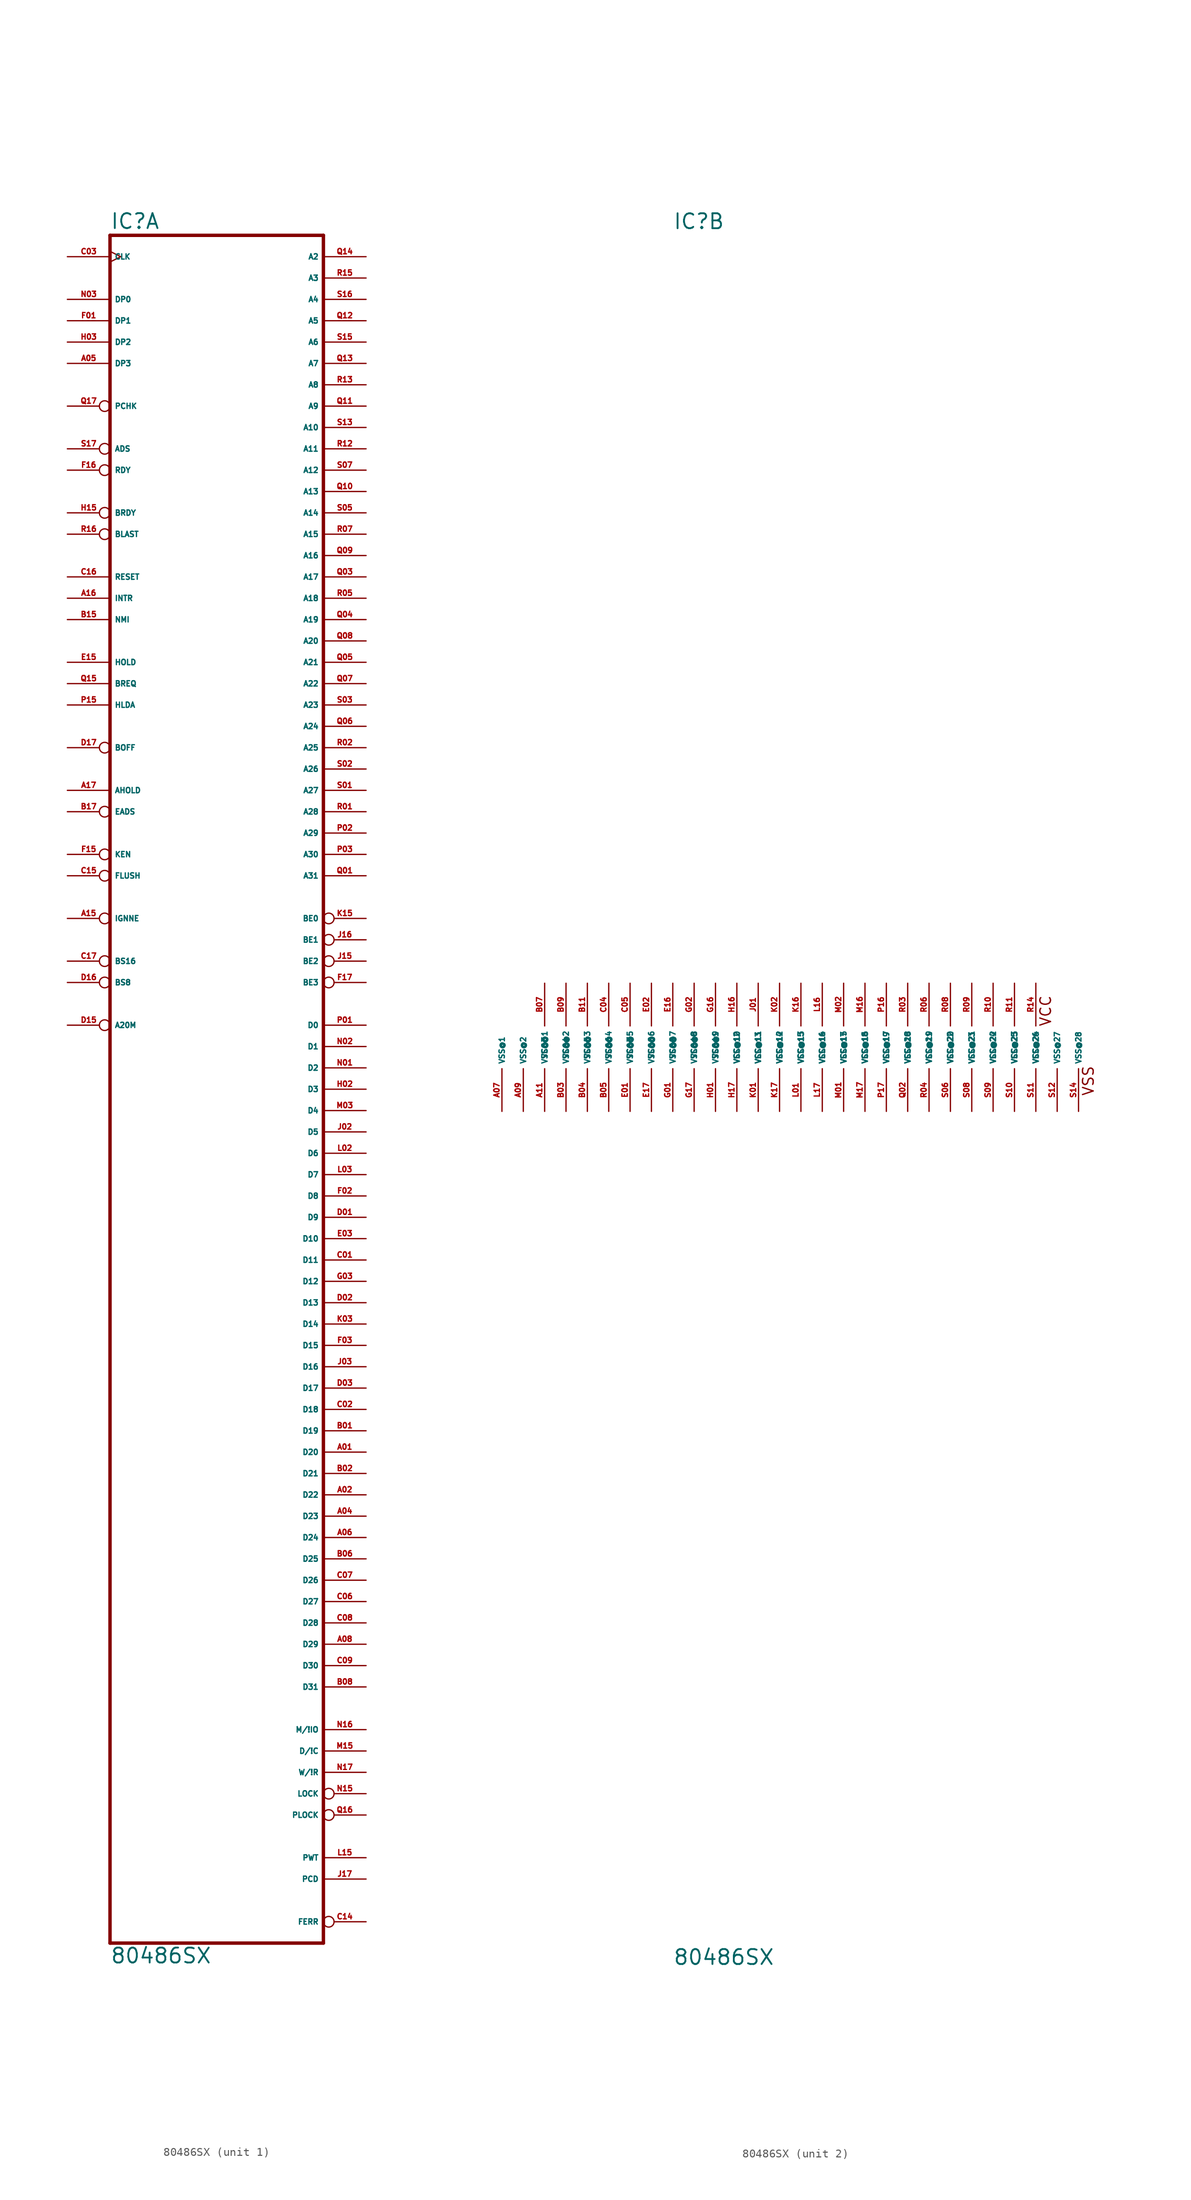
<source format=kicad_sym>
(kicad_symbol_lib
  (version 20220914)
  (generator Eagle2Kicad)
  (symbol "80486SX"
    (property "Reference" "IC"
      (at -12.7 97.155 0)
      (effects (font (size 1.778 1.778) (thickness 0.22)) (justify left bottom)))
    (property "Value" "80486SX"
      (at -12.7 -109.22 0)
      (effects (font (size 1.778 1.778) (thickness 0.22)) (justify left bottom)))
    (symbol "80486SX_1_0"
      (polyline (pts (xy -12.7 -106.68) (xy 12.7 -106.68)) (stroke (width 0.406) (type default)) (fill (type none)))
      (polyline (pts (xy 12.7 96.52) (xy 12.7 -106.68)) (stroke (width 0.406) (type default)) (fill (type none)))
      (polyline (pts (xy 12.7 96.52) (xy -12.7 96.52)) (stroke (width 0.406) (type default)) (fill (type none)))
      (polyline (pts (xy -12.7 -106.68) (xy -12.7 96.52)) (stroke (width 0.406) (type default)) (fill (type none)))
      (pin input clock (at -17.78 93.98 0) (length 5.08) (name "CLK" (effects (font (size 0.635 0.635) (thickness 0.08)) (justify left bottom))) (number "C03" (effects (font (size 0.635 0.635) (thickness 0.08)) (justify left bottom))))
      (pin output line (at 17.78 93.98 180) (length 5.08) (name "A2" (effects (font (size 0.635 0.635) (thickness 0.08)) (justify left bottom))) (number "Q14" (effects (font (size 0.635 0.635) (thickness 0.08)) (justify left bottom))))
      (pin output line (at 17.78 91.44 180) (length 5.08) (name "A3" (effects (font (size 0.635 0.635) (thickness 0.08)) (justify left bottom))) (number "R15" (effects (font (size 0.635 0.635) (thickness 0.08)) (justify left bottom))))
      (pin bidirectional line (at 17.78 88.9 180) (length 5.08) (name "A4" (effects (font (size 0.635 0.635) (thickness 0.08)) (justify left bottom))) (number "S16" (effects (font (size 0.635 0.635) (thickness 0.08)) (justify left bottom))))
      (pin bidirectional line (at 17.78 86.36 180) (length 5.08) (name "A5" (effects (font (size 0.635 0.635) (thickness 0.08)) (justify left bottom))) (number "Q12" (effects (font (size 0.635 0.635) (thickness 0.08)) (justify left bottom))))
      (pin bidirectional line (at 17.78 83.82 180) (length 5.08) (name "A6" (effects (font (size 0.635 0.635) (thickness 0.08)) (justify left bottom))) (number "S15" (effects (font (size 0.635 0.635) (thickness 0.08)) (justify left bottom))))
      (pin bidirectional line (at 17.78 81.28 180) (length 5.08) (name "A7" (effects (font (size 0.635 0.635) (thickness 0.08)) (justify left bottom))) (number "Q13" (effects (font (size 0.635 0.635) (thickness 0.08)) (justify left bottom))))
      (pin bidirectional line (at 17.78 78.74 180) (length 5.08) (name "A8" (effects (font (size 0.635 0.635) (thickness 0.08)) (justify left bottom))) (number "R13" (effects (font (size 0.635 0.635) (thickness 0.08)) (justify left bottom))))
      (pin bidirectional line (at 17.78 76.2 180) (length 5.08) (name "A9" (effects (font (size 0.635 0.635) (thickness 0.08)) (justify left bottom))) (number "Q11" (effects (font (size 0.635 0.635) (thickness 0.08)) (justify left bottom))))
      (pin bidirectional line (at 17.78 73.66 180) (length 5.08) (name "A10" (effects (font (size 0.635 0.635) (thickness 0.08)) (justify left bottom))) (number "S13" (effects (font (size 0.635 0.635) (thickness 0.08)) (justify left bottom))))
      (pin bidirectional line (at 17.78 71.12 180) (length 5.08) (name "A11" (effects (font (size 0.635 0.635) (thickness 0.08)) (justify left bottom))) (number "R12" (effects (font (size 0.635 0.635) (thickness 0.08)) (justify left bottom))))
      (pin bidirectional line (at 17.78 68.58 180) (length 5.08) (name "A12" (effects (font (size 0.635 0.635) (thickness 0.08)) (justify left bottom))) (number "S07" (effects (font (size 0.635 0.635) (thickness 0.08)) (justify left bottom))))
      (pin bidirectional line (at 17.78 66.04 180) (length 5.08) (name "A13" (effects (font (size 0.635 0.635) (thickness 0.08)) (justify left bottom))) (number "Q10" (effects (font (size 0.635 0.635) (thickness 0.08)) (justify left bottom))))
      (pin bidirectional line (at 17.78 63.5 180) (length 5.08) (name "A14" (effects (font (size 0.635 0.635) (thickness 0.08)) (justify left bottom))) (number "S05" (effects (font (size 0.635 0.635) (thickness 0.08)) (justify left bottom))))
      (pin bidirectional line (at 17.78 60.96 180) (length 5.08) (name "A15" (effects (font (size 0.635 0.635) (thickness 0.08)) (justify left bottom))) (number "R07" (effects (font (size 0.635 0.635) (thickness 0.08)) (justify left bottom))))
      (pin bidirectional line (at 17.78 58.42 180) (length 5.08) (name "A16" (effects (font (size 0.635 0.635) (thickness 0.08)) (justify left bottom))) (number "Q09" (effects (font (size 0.635 0.635) (thickness 0.08)) (justify left bottom))))
      (pin bidirectional line (at 17.78 55.88 180) (length 5.08) (name "A17" (effects (font (size 0.635 0.635) (thickness 0.08)) (justify left bottom))) (number "Q03" (effects (font (size 0.635 0.635) (thickness 0.08)) (justify left bottom))))
      (pin bidirectional line (at 17.78 53.34 180) (length 5.08) (name "A18" (effects (font (size 0.635 0.635) (thickness 0.08)) (justify left bottom))) (number "R05" (effects (font (size 0.635 0.635) (thickness 0.08)) (justify left bottom))))
      (pin bidirectional line (at 17.78 50.8 180) (length 5.08) (name "A19" (effects (font (size 0.635 0.635) (thickness 0.08)) (justify left bottom))) (number "Q04" (effects (font (size 0.635 0.635) (thickness 0.08)) (justify left bottom))))
      (pin bidirectional line (at 17.78 48.26 180) (length 5.08) (name "A20" (effects (font (size 0.635 0.635) (thickness 0.08)) (justify left bottom))) (number "Q08" (effects (font (size 0.635 0.635) (thickness 0.08)) (justify left bottom))))
      (pin bidirectional line (at 17.78 45.72 180) (length 5.08) (name "A21" (effects (font (size 0.635 0.635) (thickness 0.08)) (justify left bottom))) (number "Q05" (effects (font (size 0.635 0.635) (thickness 0.08)) (justify left bottom))))
      (pin bidirectional line (at 17.78 43.18 180) (length 5.08) (name "A22" (effects (font (size 0.635 0.635) (thickness 0.08)) (justify left bottom))) (number "Q07" (effects (font (size 0.635 0.635) (thickness 0.08)) (justify left bottom))))
      (pin bidirectional line (at 17.78 40.64 180) (length 5.08) (name "A23" (effects (font (size 0.635 0.635) (thickness 0.08)) (justify left bottom))) (number "S03" (effects (font (size 0.635 0.635) (thickness 0.08)) (justify left bottom))))
      (pin bidirectional line (at 17.78 38.1 180) (length 5.08) (name "A24" (effects (font (size 0.635 0.635) (thickness 0.08)) (justify left bottom))) (number "Q06" (effects (font (size 0.635 0.635) (thickness 0.08)) (justify left bottom))))
      (pin bidirectional line (at 17.78 35.56 180) (length 5.08) (name "A25" (effects (font (size 0.635 0.635) (thickness 0.08)) (justify left bottom))) (number "R02" (effects (font (size 0.635 0.635) (thickness 0.08)) (justify left bottom))))
      (pin bidirectional line (at 17.78 33.02 180) (length 5.08) (name "A26" (effects (font (size 0.635 0.635) (thickness 0.08)) (justify left bottom))) (number "S02" (effects (font (size 0.635 0.635) (thickness 0.08)) (justify left bottom))))
      (pin bidirectional line (at 17.78 30.48 180) (length 5.08) (name "A27" (effects (font (size 0.635 0.635) (thickness 0.08)) (justify left bottom))) (number "S01" (effects (font (size 0.635 0.635) (thickness 0.08)) (justify left bottom))))
      (pin bidirectional line (at 17.78 27.94 180) (length 5.08) (name "A28" (effects (font (size 0.635 0.635) (thickness 0.08)) (justify left bottom))) (number "R01" (effects (font (size 0.635 0.635) (thickness 0.08)) (justify left bottom))))
      (pin bidirectional line (at 17.78 25.4 180) (length 5.08) (name "A29" (effects (font (size 0.635 0.635) (thickness 0.08)) (justify left bottom))) (number "P02" (effects (font (size 0.635 0.635) (thickness 0.08)) (justify left bottom))))
      (pin bidirectional line (at 17.78 22.86 180) (length 5.08) (name "A30" (effects (font (size 0.635 0.635) (thickness 0.08)) (justify left bottom))) (number "P03" (effects (font (size 0.635 0.635) (thickness 0.08)) (justify left bottom))))
      (pin bidirectional line (at 17.78 20.32 180) (length 5.08) (name "A31" (effects (font (size 0.635 0.635) (thickness 0.08)) (justify left bottom))) (number "Q01" (effects (font (size 0.635 0.635) (thickness 0.08)) (justify left bottom))))
      (pin bidirectional line (at 17.78 2.54 180) (length 5.08) (name "D0" (effects (font (size 0.635 0.635) (thickness 0.08)) (justify left bottom))) (number "P01" (effects (font (size 0.635 0.635) (thickness 0.08)) (justify left bottom))))
      (pin bidirectional line (at 17.78 0 180) (length 5.08) (name "D1" (effects (font (size 0.635 0.635) (thickness 0.08)) (justify left bottom))) (number "N02" (effects (font (size 0.635 0.635) (thickness 0.08)) (justify left bottom))))
      (pin bidirectional line (at 17.78 -2.54 180) (length 5.08) (name "D2" (effects (font (size 0.635 0.635) (thickness 0.08)) (justify left bottom))) (number "N01" (effects (font (size 0.635 0.635) (thickness 0.08)) (justify left bottom))))
      (pin bidirectional line (at 17.78 -5.08 180) (length 5.08) (name "D3" (effects (font (size 0.635 0.635) (thickness 0.08)) (justify left bottom))) (number "H02" (effects (font (size 0.635 0.635) (thickness 0.08)) (justify left bottom))))
      (pin bidirectional line (at 17.78 -7.62 180) (length 5.08) (name "D4" (effects (font (size 0.635 0.635) (thickness 0.08)) (justify left bottom))) (number "M03" (effects (font (size 0.635 0.635) (thickness 0.08)) (justify left bottom))))
      (pin bidirectional line (at 17.78 -10.16 180) (length 5.08) (name "D5" (effects (font (size 0.635 0.635) (thickness 0.08)) (justify left bottom))) (number "J02" (effects (font (size 0.635 0.635) (thickness 0.08)) (justify left bottom))))
      (pin bidirectional line (at 17.78 -12.7 180) (length 5.08) (name "D6" (effects (font (size 0.635 0.635) (thickness 0.08)) (justify left bottom))) (number "L02" (effects (font (size 0.635 0.635) (thickness 0.08)) (justify left bottom))))
      (pin bidirectional line (at 17.78 -15.24 180) (length 5.08) (name "D7" (effects (font (size 0.635 0.635) (thickness 0.08)) (justify left bottom))) (number "L03" (effects (font (size 0.635 0.635) (thickness 0.08)) (justify left bottom))))
      (pin bidirectional line (at 17.78 -17.78 180) (length 5.08) (name "D8" (effects (font (size 0.635 0.635) (thickness 0.08)) (justify left bottom))) (number "F02" (effects (font (size 0.635 0.635) (thickness 0.08)) (justify left bottom))))
      (pin bidirectional line (at 17.78 -20.32 180) (length 5.08) (name "D9" (effects (font (size 0.635 0.635) (thickness 0.08)) (justify left bottom))) (number "D01" (effects (font (size 0.635 0.635) (thickness 0.08)) (justify left bottom))))
      (pin bidirectional line (at 17.78 -22.86 180) (length 5.08) (name "D10" (effects (font (size 0.635 0.635) (thickness 0.08)) (justify left bottom))) (number "E03" (effects (font (size 0.635 0.635) (thickness 0.08)) (justify left bottom))))
      (pin bidirectional line (at 17.78 -25.4 180) (length 5.08) (name "D11" (effects (font (size 0.635 0.635) (thickness 0.08)) (justify left bottom))) (number "C01" (effects (font (size 0.635 0.635) (thickness 0.08)) (justify left bottom))))
      (pin bidirectional line (at 17.78 -27.94 180) (length 5.08) (name "D12" (effects (font (size 0.635 0.635) (thickness 0.08)) (justify left bottom))) (number "G03" (effects (font (size 0.635 0.635) (thickness 0.08)) (justify left bottom))))
      (pin bidirectional line (at 17.78 -30.48 180) (length 5.08) (name "D13" (effects (font (size 0.635 0.635) (thickness 0.08)) (justify left bottom))) (number "D02" (effects (font (size 0.635 0.635) (thickness 0.08)) (justify left bottom))))
      (pin bidirectional line (at 17.78 -33.02 180) (length 5.08) (name "D14" (effects (font (size 0.635 0.635) (thickness 0.08)) (justify left bottom))) (number "K03" (effects (font (size 0.635 0.635) (thickness 0.08)) (justify left bottom))))
      (pin bidirectional line (at 17.78 -35.56 180) (length 5.08) (name "D15" (effects (font (size 0.635 0.635) (thickness 0.08)) (justify left bottom))) (number "F03" (effects (font (size 0.635 0.635) (thickness 0.08)) (justify left bottom))))
      (pin bidirectional line (at 17.78 -38.1 180) (length 5.08) (name "D16" (effects (font (size 0.635 0.635) (thickness 0.08)) (justify left bottom))) (number "J03" (effects (font (size 0.635 0.635) (thickness 0.08)) (justify left bottom))))
      (pin bidirectional line (at 17.78 -40.64 180) (length 5.08) (name "D17" (effects (font (size 0.635 0.635) (thickness 0.08)) (justify left bottom))) (number "D03" (effects (font (size 0.635 0.635) (thickness 0.08)) (justify left bottom))))
      (pin bidirectional line (at 17.78 -43.18 180) (length 5.08) (name "D18" (effects (font (size 0.635 0.635) (thickness 0.08)) (justify left bottom))) (number "C02" (effects (font (size 0.635 0.635) (thickness 0.08)) (justify left bottom))))
      (pin bidirectional line (at 17.78 -45.72 180) (length 5.08) (name "D19" (effects (font (size 0.635 0.635) (thickness 0.08)) (justify left bottom))) (number "B01" (effects (font (size 0.635 0.635) (thickness 0.08)) (justify left bottom))))
      (pin bidirectional line (at 17.78 -48.26 180) (length 5.08) (name "D20" (effects (font (size 0.635 0.635) (thickness 0.08)) (justify left bottom))) (number "A01" (effects (font (size 0.635 0.635) (thickness 0.08)) (justify left bottom))))
      (pin bidirectional line (at 17.78 -50.8 180) (length 5.08) (name "D21" (effects (font (size 0.635 0.635) (thickness 0.08)) (justify left bottom))) (number "B02" (effects (font (size 0.635 0.635) (thickness 0.08)) (justify left bottom))))
      (pin bidirectional line (at 17.78 -53.34 180) (length 5.08) (name "D22" (effects (font (size 0.635 0.635) (thickness 0.08)) (justify left bottom))) (number "A02" (effects (font (size 0.635 0.635) (thickness 0.08)) (justify left bottom))))
      (pin bidirectional line (at 17.78 -55.88 180) (length 5.08) (name "D23" (effects (font (size 0.635 0.635) (thickness 0.08)) (justify left bottom))) (number "A04" (effects (font (size 0.635 0.635) (thickness 0.08)) (justify left bottom))))
      (pin bidirectional line (at 17.78 -58.42 180) (length 5.08) (name "D24" (effects (font (size 0.635 0.635) (thickness 0.08)) (justify left bottom))) (number "A06" (effects (font (size 0.635 0.635) (thickness 0.08)) (justify left bottom))))
      (pin bidirectional line (at 17.78 -60.96 180) (length 5.08) (name "D25" (effects (font (size 0.635 0.635) (thickness 0.08)) (justify left bottom))) (number "B06" (effects (font (size 0.635 0.635) (thickness 0.08)) (justify left bottom))))
      (pin bidirectional line (at 17.78 -63.5 180) (length 5.08) (name "D26" (effects (font (size 0.635 0.635) (thickness 0.08)) (justify left bottom))) (number "C07" (effects (font (size 0.635 0.635) (thickness 0.08)) (justify left bottom))))
      (pin bidirectional line (at 17.78 -66.04 180) (length 5.08) (name "D27" (effects (font (size 0.635 0.635) (thickness 0.08)) (justify left bottom))) (number "C06" (effects (font (size 0.635 0.635) (thickness 0.08)) (justify left bottom))))
      (pin bidirectional line (at 17.78 -68.58 180) (length 5.08) (name "D28" (effects (font (size 0.635 0.635) (thickness 0.08)) (justify left bottom))) (number "C08" (effects (font (size 0.635 0.635) (thickness 0.08)) (justify left bottom))))
      (pin bidirectional line (at 17.78 -71.12 180) (length 5.08) (name "D29" (effects (font (size 0.635 0.635) (thickness 0.08)) (justify left bottom))) (number "A08" (effects (font (size 0.635 0.635) (thickness 0.08)) (justify left bottom))))
      (pin bidirectional line (at 17.78 -73.66 180) (length 5.08) (name "D30" (effects (font (size 0.635 0.635) (thickness 0.08)) (justify left bottom))) (number "C09" (effects (font (size 0.635 0.635) (thickness 0.08)) (justify left bottom))))
      (pin bidirectional line (at 17.78 -76.2 180) (length 5.08) (name "D31" (effects (font (size 0.635 0.635) (thickness 0.08)) (justify left bottom))) (number "B08" (effects (font (size 0.635 0.635) (thickness 0.08)) (justify left bottom))))
      (pin bidirectional line (at -17.78 88.9 0) (length 5.08) (name "DP0" (effects (font (size 0.635 0.635) (thickness 0.08)) (justify left bottom))) (number "N03" (effects (font (size 0.635 0.635) (thickness 0.08)) (justify left bottom))))
      (pin bidirectional line (at -17.78 86.36 0) (length 5.08) (name "DP1" (effects (font (size 0.635 0.635) (thickness 0.08)) (justify left bottom))) (number "F01" (effects (font (size 0.635 0.635) (thickness 0.08)) (justify left bottom))))
      (pin bidirectional line (at -17.78 83.82 0) (length 5.08) (name "DP2" (effects (font (size 0.635 0.635) (thickness 0.08)) (justify left bottom))) (number "H03" (effects (font (size 0.635 0.635) (thickness 0.08)) (justify left bottom))))
      (pin bidirectional line (at -17.78 81.28 0) (length 5.08) (name "DP3" (effects (font (size 0.635 0.635) (thickness 0.08)) (justify left bottom))) (number "A05" (effects (font (size 0.635 0.635) (thickness 0.08)) (justify left bottom))))
      (pin input inverted (at -17.78 68.58 0) (length 5.08) (name "RDY" (effects (font (size 0.635 0.635) (thickness 0.08)) (justify left bottom))) (number "F16" (effects (font (size 0.635 0.635) (thickness 0.08)) (justify left bottom))))
      (pin input inverted (at -17.78 63.5 0) (length 5.08) (name "BRDY" (effects (font (size 0.635 0.635) (thickness 0.08)) (justify left bottom))) (number "H15" (effects (font (size 0.635 0.635) (thickness 0.08)) (justify left bottom))))
      (pin output inverted (at -17.78 60.96 0) (length 5.08) (name "BLAST" (effects (font (size 0.635 0.635) (thickness 0.08)) (justify left bottom))) (number "R16" (effects (font (size 0.635 0.635) (thickness 0.08)) (justify left bottom))))
      (pin input line (at -17.78 53.34 0) (length 5.08) (name "INTR" (effects (font (size 0.635 0.635) (thickness 0.08)) (justify left bottom))) (number "A16" (effects (font (size 0.635 0.635) (thickness 0.08)) (justify left bottom))))
      (pin input line (at -17.78 50.8 0) (length 5.08) (name "NMI" (effects (font (size 0.635 0.635) (thickness 0.08)) (justify left bottom))) (number "B15" (effects (font (size 0.635 0.635) (thickness 0.08)) (justify left bottom))))
      (pin input line (at -17.78 55.88 0) (length 5.08) (name "RESET" (effects (font (size 0.635 0.635) (thickness 0.08)) (justify left bottom))) (number "C16" (effects (font (size 0.635 0.635) (thickness 0.08)) (justify left bottom))))
      (pin output inverted (at 17.78 -91.44 180) (length 5.08) (name "PLOCK" (effects (font (size 0.635 0.635) (thickness 0.08)) (justify left bottom))) (number "Q16" (effects (font (size 0.635 0.635) (thickness 0.08)) (justify left bottom))))
      (pin output inverted (at -17.78 71.12 0) (length 5.08) (name "ADS" (effects (font (size 0.635 0.635) (thickness 0.08)) (justify left bottom))) (number "S17" (effects (font (size 0.635 0.635) (thickness 0.08)) (justify left bottom))))
      (pin output inverted (at 17.78 -88.9 180) (length 5.08) (name "LOCK" (effects (font (size 0.635 0.635) (thickness 0.08)) (justify left bottom))) (number "N15" (effects (font (size 0.635 0.635) (thickness 0.08)) (justify left bottom))))
      (pin output line (at 17.78 -81.28 180) (length 5.08) (name "M/!IO" (effects (font (size 0.635 0.635) (thickness 0.08)) (justify left bottom))) (number "N16" (effects (font (size 0.635 0.635) (thickness 0.08)) (justify left bottom))))
      (pin output line (at 17.78 -83.82 180) (length 5.08) (name "D/!C" (effects (font (size 0.635 0.635) (thickness 0.08)) (justify left bottom))) (number "M15" (effects (font (size 0.635 0.635) (thickness 0.08)) (justify left bottom))))
      (pin output line (at 17.78 -86.36 180) (length 5.08) (name "W/!R" (effects (font (size 0.635 0.635) (thickness 0.08)) (justify left bottom))) (number "N17" (effects (font (size 0.635 0.635) (thickness 0.08)) (justify left bottom))))
      (pin output inverted (at 17.78 7.62 180) (length 5.08) (name "BE3" (effects (font (size 0.635 0.635) (thickness 0.08)) (justify left bottom))) (number "F17" (effects (font (size 0.635 0.635) (thickness 0.08)) (justify left bottom))))
      (pin output inverted (at 17.78 10.16 180) (length 5.08) (name "BE2" (effects (font (size 0.635 0.635) (thickness 0.08)) (justify left bottom))) (number "J15" (effects (font (size 0.635 0.635) (thickness 0.08)) (justify left bottom))))
      (pin output inverted (at 17.78 12.7 180) (length 5.08) (name "BE1" (effects (font (size 0.635 0.635) (thickness 0.08)) (justify left bottom))) (number "J16" (effects (font (size 0.635 0.635) (thickness 0.08)) (justify left bottom))))
      (pin output inverted (at 17.78 15.24 180) (length 5.08) (name "BE0" (effects (font (size 0.635 0.635) (thickness 0.08)) (justify left bottom))) (number "K15" (effects (font (size 0.635 0.635) (thickness 0.08)) (justify left bottom))))
      (pin output inverted (at -17.78 76.2 0) (length 5.08) (name "PCHK" (effects (font (size 0.635 0.635) (thickness 0.08)) (justify left bottom))) (number "Q17" (effects (font (size 0.635 0.635) (thickness 0.08)) (justify left bottom))))
      (pin input line (at -17.78 45.72 0) (length 5.08) (name "HOLD" (effects (font (size 0.635 0.635) (thickness 0.08)) (justify left bottom))) (number "E15" (effects (font (size 0.635 0.635) (thickness 0.08)) (justify left bottom))))
      (pin output line (at -17.78 43.18 0) (length 5.08) (name "BREQ" (effects (font (size 0.635 0.635) (thickness 0.08)) (justify left bottom))) (number "Q15" (effects (font (size 0.635 0.635) (thickness 0.08)) (justify left bottom))))
      (pin output line (at -17.78 40.64 0) (length 5.08) (name "HLDA" (effects (font (size 0.635 0.635) (thickness 0.08)) (justify left bottom))) (number "P15" (effects (font (size 0.635 0.635) (thickness 0.08)) (justify left bottom))))
      (pin input inverted (at -17.78 35.56 0) (length 5.08) (name "BOFF" (effects (font (size 0.635 0.635) (thickness 0.08)) (justify left bottom))) (number "D17" (effects (font (size 0.635 0.635) (thickness 0.08)) (justify left bottom))))
      (pin input line (at -17.78 30.48 0) (length 5.08) (name "AHOLD" (effects (font (size 0.635 0.635) (thickness 0.08)) (justify left bottom))) (number "A17" (effects (font (size 0.635 0.635) (thickness 0.08)) (justify left bottom))))
      (pin input inverted (at -17.78 27.94 0) (length 5.08) (name "EADS" (effects (font (size 0.635 0.635) (thickness 0.08)) (justify left bottom))) (number "B17" (effects (font (size 0.635 0.635) (thickness 0.08)) (justify left bottom))))
      (pin input inverted (at -17.78 22.86 0) (length 5.08) (name "KEN" (effects (font (size 0.635 0.635) (thickness 0.08)) (justify left bottom))) (number "F15" (effects (font (size 0.635 0.635) (thickness 0.08)) (justify left bottom))))
      (pin input inverted (at -17.78 20.32 0) (length 5.08) (name "FLUSH" (effects (font (size 0.635 0.635) (thickness 0.08)) (justify left bottom))) (number "C15" (effects (font (size 0.635 0.635) (thickness 0.08)) (justify left bottom))))
      (pin output line (at 17.78 -96.52 180) (length 5.08) (name "PWT" (effects (font (size 0.635 0.635) (thickness 0.08)) (justify left bottom))) (number "L15" (effects (font (size 0.635 0.635) (thickness 0.08)) (justify left bottom))))
      (pin output line (at 17.78 -99.06 180) (length 5.08) (name "PCD" (effects (font (size 0.635 0.635) (thickness 0.08)) (justify left bottom))) (number "J17" (effects (font (size 0.635 0.635) (thickness 0.08)) (justify left bottom))))
      (pin output inverted (at 17.78 -104.14 180) (length 5.08) (name "FERR" (effects (font (size 0.635 0.635) (thickness 0.08)) (justify left bottom))) (number "C14" (effects (font (size 0.635 0.635) (thickness 0.08)) (justify left bottom))))
      (pin input inverted (at -17.78 15.24 0) (length 5.08) (name "IGNNE" (effects (font (size 0.635 0.635) (thickness 0.08)) (justify left bottom))) (number "A15" (effects (font (size 0.635 0.635) (thickness 0.08)) (justify left bottom))))
      (pin input inverted (at -17.78 10.16 0) (length 5.08) (name "BS16" (effects (font (size 0.635 0.635) (thickness 0.08)) (justify left bottom))) (number "C17" (effects (font (size 0.635 0.635) (thickness 0.08)) (justify left bottom))))
      (pin input inverted (at -17.78 7.62 0) (length 5.08) (name "BS8" (effects (font (size 0.635 0.635) (thickness 0.08)) (justify left bottom))) (number "D16" (effects (font (size 0.635 0.635) (thickness 0.08)) (justify left bottom))))
      (pin input inverted (at -17.78 2.54 0) (length 5.08) (name "A20M" (effects (font (size 0.635 0.635) (thickness 0.08)) (justify left bottom))) (number "D15" (effects (font (size 0.635 0.635) (thickness 0.08)) (justify left bottom)))))
    (symbol "80486SX_2_0"
      (text "VCC" (at 32.385 2.413 900) (effects (font (size 1.27 1.27) (thickness 0.16)) (justify left bottom)))
      (text "VSS" (at 37.465 -5.842 900) (effects (font (size 1.27 1.27) (thickness 0.16)) (justify left bottom)))
      (pin unspecified line (at -27.94 7.62 270) (length 5.08) (name "VCC@1" (effects (font (size 0.635 0.635) (thickness 0.08)) (justify left bottom))) (number "B07" (effects (font (size 0.635 0.635) (thickness 0.08)) (justify left bottom))))
      (pin unspecified line (at -25.4 7.62 270) (length 5.08) (name "VCC@2" (effects (font (size 0.635 0.635) (thickness 0.08)) (justify left bottom))) (number "B09" (effects (font (size 0.635 0.635) (thickness 0.08)) (justify left bottom))))
      (pin unspecified line (at -22.86 7.62 270) (length 5.08) (name "VCC@3" (effects (font (size 0.635 0.635) (thickness 0.08)) (justify left bottom))) (number "B11" (effects (font (size 0.635 0.635) (thickness 0.08)) (justify left bottom))))
      (pin unspecified line (at -20.32 7.62 270) (length 5.08) (name "VCC@4" (effects (font (size 0.635 0.635) (thickness 0.08)) (justify left bottom))) (number "C04" (effects (font (size 0.635 0.635) (thickness 0.08)) (justify left bottom))))
      (pin unspecified line (at -17.78 7.62 270) (length 5.08) (name "VCC@5" (effects (font (size 0.635 0.635) (thickness 0.08)) (justify left bottom))) (number "C05" (effects (font (size 0.635 0.635) (thickness 0.08)) (justify left bottom))))
      (pin unspecified line (at -15.24 7.62 270) (length 5.08) (name "VCC@6" (effects (font (size 0.635 0.635) (thickness 0.08)) (justify left bottom))) (number "E02" (effects (font (size 0.635 0.635) (thickness 0.08)) (justify left bottom))))
      (pin unspecified line (at -12.7 7.62 270) (length 5.08) (name "VCC@7" (effects (font (size 0.635 0.635) (thickness 0.08)) (justify left bottom))) (number "E16" (effects (font (size 0.635 0.635) (thickness 0.08)) (justify left bottom))))
      (pin unspecified line (at -10.16 7.62 270) (length 5.08) (name "VCC@8" (effects (font (size 0.635 0.635) (thickness 0.08)) (justify left bottom))) (number "G02" (effects (font (size 0.635 0.635) (thickness 0.08)) (justify left bottom))))
      (pin unspecified line (at -7.62 7.62 270) (length 5.08) (name "VCC@9" (effects (font (size 0.635 0.635) (thickness 0.08)) (justify left bottom))) (number "G16" (effects (font (size 0.635 0.635) (thickness 0.08)) (justify left bottom))))
      (pin unspecified line (at -5.08 7.62 270) (length 5.08) (name "VCC@10" (effects (font (size 0.635 0.635) (thickness 0.08)) (justify left bottom))) (number "H16" (effects (font (size 0.635 0.635) (thickness 0.08)) (justify left bottom))))
      (pin unspecified line (at -2.54 7.62 270) (length 5.08) (name "VCC@11" (effects (font (size 0.635 0.635) (thickness 0.08)) (justify left bottom))) (number "J01" (effects (font (size 0.635 0.635) (thickness 0.08)) (justify left bottom))))
      (pin unspecified line (at 0 7.62 270) (length 5.08) (name "VCC@12" (effects (font (size 0.635 0.635) (thickness 0.08)) (justify left bottom))) (number "K02" (effects (font (size 0.635 0.635) (thickness 0.08)) (justify left bottom))))
      (pin unspecified line (at 2.54 7.62 270) (length 5.08) (name "VCC@13" (effects (font (size 0.635 0.635) (thickness 0.08)) (justify left bottom))) (number "K16" (effects (font (size 0.635 0.635) (thickness 0.08)) (justify left bottom))))
      (pin unspecified line (at 5.08 7.62 270) (length 5.08) (name "VCC@14" (effects (font (size 0.635 0.635) (thickness 0.08)) (justify left bottom))) (number "L16" (effects (font (size 0.635 0.635) (thickness 0.08)) (justify left bottom))))
      (pin unspecified line (at 7.62 7.62 270) (length 5.08) (name "VCC@15" (effects (font (size 0.635 0.635) (thickness 0.08)) (justify left bottom))) (number "M02" (effects (font (size 0.635 0.635) (thickness 0.08)) (justify left bottom))))
      (pin unspecified line (at 10.16 7.62 270) (length 5.08) (name "VCC@16" (effects (font (size 0.635 0.635) (thickness 0.08)) (justify left bottom))) (number "M16" (effects (font (size 0.635 0.635) (thickness 0.08)) (justify left bottom))))
      (pin unspecified line (at 12.7 7.62 270) (length 5.08) (name "VCC@17" (effects (font (size 0.635 0.635) (thickness 0.08)) (justify left bottom))) (number "P16" (effects (font (size 0.635 0.635) (thickness 0.08)) (justify left bottom))))
      (pin unspecified line (at 15.24 7.62 270) (length 5.08) (name "VCC@18" (effects (font (size 0.635 0.635) (thickness 0.08)) (justify left bottom))) (number "R03" (effects (font (size 0.635 0.635) (thickness 0.08)) (justify left bottom))))
      (pin unspecified line (at 17.78 7.62 270) (length 5.08) (name "VCC@19" (effects (font (size 0.635 0.635) (thickness 0.08)) (justify left bottom))) (number "R06" (effects (font (size 0.635 0.635) (thickness 0.08)) (justify left bottom))))
      (pin unspecified line (at 20.32 7.62 270) (length 5.08) (name "VCC@20" (effects (font (size 0.635 0.635) (thickness 0.08)) (justify left bottom))) (number "R08" (effects (font (size 0.635 0.635) (thickness 0.08)) (justify left bottom))))
      (pin unspecified line (at 15.24 -7.62 90) (length 5.08) (name "VSS@20" (effects (font (size 0.635 0.635) (thickness 0.08)) (justify left bottom))) (number "Q02" (effects (font (size 0.635 0.635) (thickness 0.08)) (justify left bottom))))
      (pin unspecified line (at 12.7 -7.62 90) (length 5.08) (name "VSS@19" (effects (font (size 0.635 0.635) (thickness 0.08)) (justify left bottom))) (number "P17" (effects (font (size 0.635 0.635) (thickness 0.08)) (justify left bottom))))
      (pin unspecified line (at 10.16 -7.62 90) (length 5.08) (name "VSS@18" (effects (font (size 0.635 0.635) (thickness 0.08)) (justify left bottom))) (number "M17" (effects (font (size 0.635 0.635) (thickness 0.08)) (justify left bottom))))
      (pin unspecified line (at 7.62 -7.62 90) (length 5.08) (name "VSS@17" (effects (font (size 0.635 0.635) (thickness 0.08)) (justify left bottom))) (number "M01" (effects (font (size 0.635 0.635) (thickness 0.08)) (justify left bottom))))
      (pin unspecified line (at 5.08 -7.62 90) (length 5.08) (name "VSS@16" (effects (font (size 0.635 0.635) (thickness 0.08)) (justify left bottom))) (number "L17" (effects (font (size 0.635 0.635) (thickness 0.08)) (justify left bottom))))
      (pin unspecified line (at 2.54 -7.62 90) (length 5.08) (name "VSS@15" (effects (font (size 0.635 0.635) (thickness 0.08)) (justify left bottom))) (number "L01" (effects (font (size 0.635 0.635) (thickness 0.08)) (justify left bottom))))
      (pin unspecified line (at 0 -7.62 90) (length 5.08) (name "VSS@14" (effects (font (size 0.635 0.635) (thickness 0.08)) (justify left bottom))) (number "K17" (effects (font (size 0.635 0.635) (thickness 0.08)) (justify left bottom))))
      (pin unspecified line (at -2.54 -7.62 90) (length 5.08) (name "VSS@13" (effects (font (size 0.635 0.635) (thickness 0.08)) (justify left bottom))) (number "K01" (effects (font (size 0.635 0.635) (thickness 0.08)) (justify left bottom))))
      (pin unspecified line (at -5.08 -7.62 90) (length 5.08) (name "VSS@12" (effects (font (size 0.635 0.635) (thickness 0.08)) (justify left bottom))) (number "H17" (effects (font (size 0.635 0.635) (thickness 0.08)) (justify left bottom))))
      (pin unspecified line (at -7.62 -7.62 90) (length 5.08) (name "VSS@11" (effects (font (size 0.635 0.635) (thickness 0.08)) (justify left bottom))) (number "H01" (effects (font (size 0.635 0.635) (thickness 0.08)) (justify left bottom))))
      (pin unspecified line (at -10.16 -7.62 90) (length 5.08) (name "VSS@10" (effects (font (size 0.635 0.635) (thickness 0.08)) (justify left bottom))) (number "G17" (effects (font (size 0.635 0.635) (thickness 0.08)) (justify left bottom))))
      (pin unspecified line (at -12.7 -7.62 90) (length 5.08) (name "VSS@9" (effects (font (size 0.635 0.635) (thickness 0.08)) (justify left bottom))) (number "G01" (effects (font (size 0.635 0.635) (thickness 0.08)) (justify left bottom))))
      (pin unspecified line (at -15.24 -7.62 90) (length 5.08) (name "VSS@8" (effects (font (size 0.635 0.635) (thickness 0.08)) (justify left bottom))) (number "E17" (effects (font (size 0.635 0.635) (thickness 0.08)) (justify left bottom))))
      (pin unspecified line (at -17.78 -7.62 90) (length 5.08) (name "VSS@7" (effects (font (size 0.635 0.635) (thickness 0.08)) (justify left bottom))) (number "E01" (effects (font (size 0.635 0.635) (thickness 0.08)) (justify left bottom))))
      (pin unspecified line (at -20.32 -7.62 90) (length 5.08) (name "VSS@6" (effects (font (size 0.635 0.635) (thickness 0.08)) (justify left bottom))) (number "B05" (effects (font (size 0.635 0.635) (thickness 0.08)) (justify left bottom))))
      (pin unspecified line (at -22.86 -7.62 90) (length 5.08) (name "VSS@5" (effects (font (size 0.635 0.635) (thickness 0.08)) (justify left bottom))) (number "B04" (effects (font (size 0.635 0.635) (thickness 0.08)) (justify left bottom))))
      (pin unspecified line (at -25.4 -7.62 90) (length 5.08) (name "VSS@4" (effects (font (size 0.635 0.635) (thickness 0.08)) (justify left bottom))) (number "B03" (effects (font (size 0.635 0.635) (thickness 0.08)) (justify left bottom))))
      (pin unspecified line (at -27.94 -7.62 90) (length 5.08) (name "VSS@3" (effects (font (size 0.635 0.635) (thickness 0.08)) (justify left bottom))) (number "A11" (effects (font (size 0.635 0.635) (thickness 0.08)) (justify left bottom))))
      (pin unspecified line (at -30.48 -7.62 90) (length 5.08) (name "VSS@2" (effects (font (size 0.635 0.635) (thickness 0.08)) (justify left bottom))) (number "A09" (effects (font (size 0.635 0.635) (thickness 0.08)) (justify left bottom))))
      (pin unspecified line (at -33.02 -7.62 90) (length 5.08) (name "VSS@1" (effects (font (size 0.635 0.635) (thickness 0.08)) (justify left bottom))) (number "A07" (effects (font (size 0.635 0.635) (thickness 0.08)) (justify left bottom))))
      (pin unspecified line (at 17.78 -7.62 90) (length 5.08) (name "VSS@21" (effects (font (size 0.635 0.635) (thickness 0.08)) (justify left bottom))) (number "R04" (effects (font (size 0.635 0.635) (thickness 0.08)) (justify left bottom))))
      (pin unspecified line (at 20.32 -7.62 90) (length 5.08) (name "VSS@22" (effects (font (size 0.635 0.635) (thickness 0.08)) (justify left bottom))) (number "S06" (effects (font (size 0.635 0.635) (thickness 0.08)) (justify left bottom))))
      (pin unspecified line (at 25.4 -7.62 90) (length 5.08) (name "VSS@24" (effects (font (size 0.635 0.635) (thickness 0.08)) (justify left bottom))) (number "S09" (effects (font (size 0.635 0.635) (thickness 0.08)) (justify left bottom))))
      (pin unspecified line (at 27.94 -7.62 90) (length 5.08) (name "VSS@25" (effects (font (size 0.635 0.635) (thickness 0.08)) (justify left bottom))) (number "S10" (effects (font (size 0.635 0.635) (thickness 0.08)) (justify left bottom))))
      (pin unspecified line (at 30.48 -7.62 90) (length 5.08) (name "VSS@26" (effects (font (size 0.635 0.635) (thickness 0.08)) (justify left bottom))) (number "S11" (effects (font (size 0.635 0.635) (thickness 0.08)) (justify left bottom))))
      (pin unspecified line (at 33.02 -7.62 90) (length 5.08) (name "VSS@27" (effects (font (size 0.635 0.635) (thickness 0.08)) (justify left bottom))) (number "S12" (effects (font (size 0.635 0.635) (thickness 0.08)) (justify left bottom))))
      (pin unspecified line (at 22.86 7.62 270) (length 5.08) (name "VCC@21" (effects (font (size 0.635 0.635) (thickness 0.08)) (justify left bottom))) (number "R09" (effects (font (size 0.635 0.635) (thickness 0.08)) (justify left bottom))))
      (pin unspecified line (at 25.4 7.62 270) (length 5.08) (name "VCC@22" (effects (font (size 0.635 0.635) (thickness 0.08)) (justify left bottom))) (number "R10" (effects (font (size 0.635 0.635) (thickness 0.08)) (justify left bottom))))
      (pin unspecified line (at 27.94 7.62 270) (length 5.08) (name "VCC@23" (effects (font (size 0.635 0.635) (thickness 0.08)) (justify left bottom))) (number "R11" (effects (font (size 0.635 0.635) (thickness 0.08)) (justify left bottom))))
      (pin unspecified line (at 30.48 7.62 270) (length 5.08) (name "VCC@24" (effects (font (size 0.635 0.635) (thickness 0.08)) (justify left bottom))) (number "R14" (effects (font (size 0.635 0.635) (thickness 0.08)) (justify left bottom))))
      (pin unspecified line (at 22.86 -7.62 90) (length 5.08) (name "VSS@23" (effects (font (size 0.635 0.635) (thickness 0.08)) (justify left bottom))) (number "S08" (effects (font (size 0.635 0.635) (thickness 0.08)) (justify left bottom))))
      (pin unspecified line (at 35.56 -7.62 90) (length 5.08) (name "VSS@28" (effects (font (size 0.635 0.635) (thickness 0.08)) (justify left bottom))) (number "S14" (effects (font (size 0.635 0.635) (thickness 0.08)) (justify left bottom)))))))
</source>
